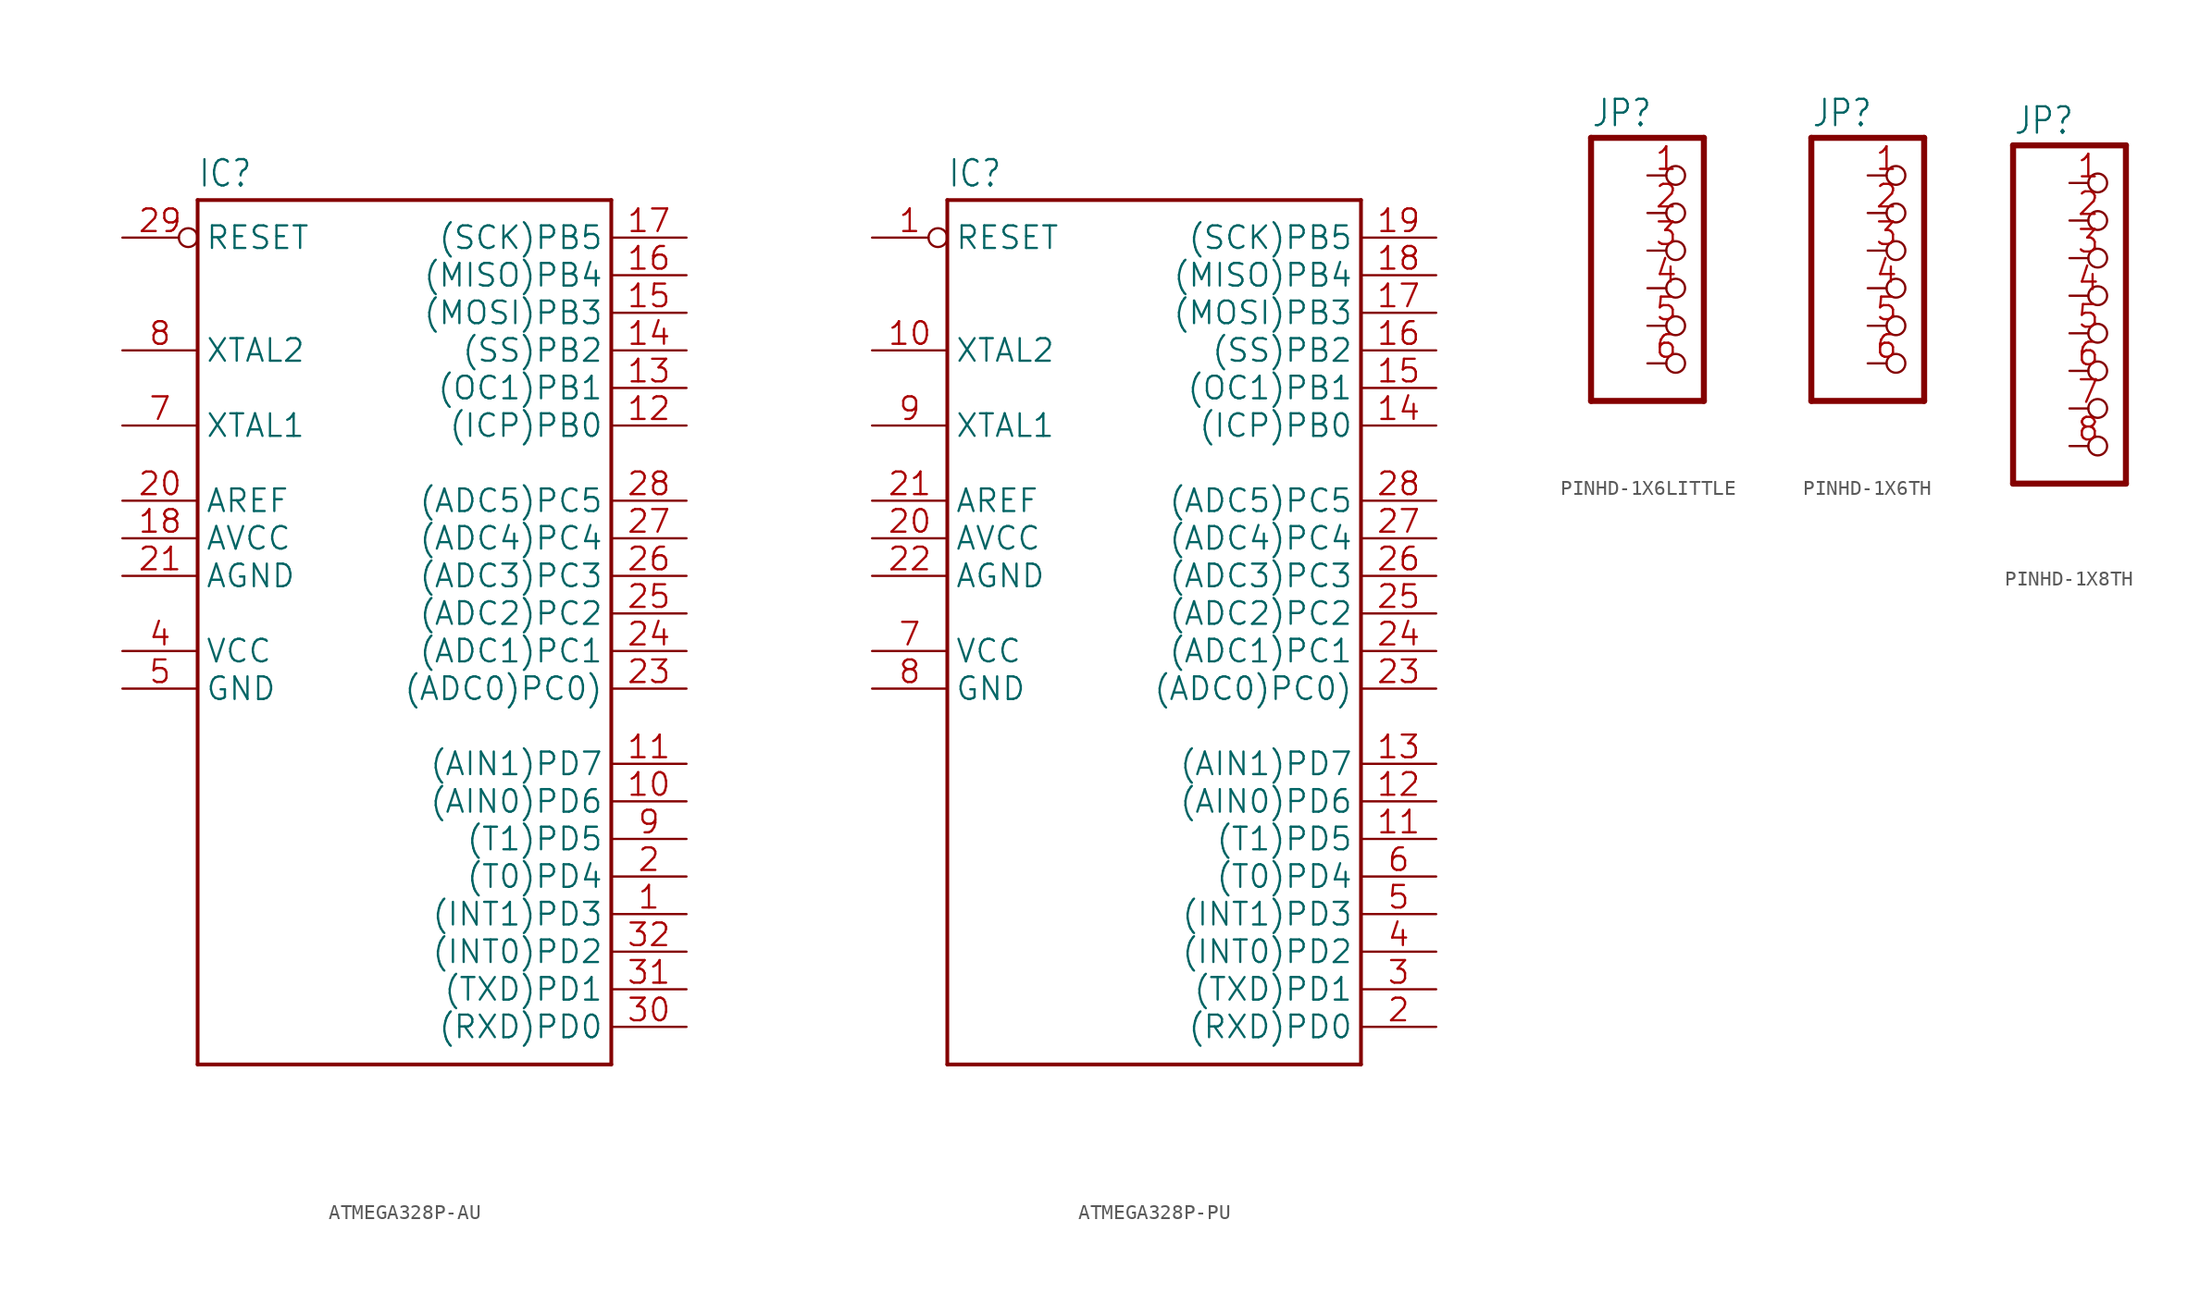
<source format=kicad_sym>
(kicad_symbol_lib
  (version 20241209)
  (generator "kicad_symbol_editor")
  (generator_version "9.0")
  (symbol "ATMEGA328P-AU"
    (property "Reference" "IC"
      (at -15.24 28.702 0)
      (effects (font (size 1.778 1.511)) (justify left bottom)))
    (property "Value" ""
      (at -15.24 -33.02 0)
      (effects (font (size 1.778 1.511)) (justify left bottom)))
    (property "ki_locked" ""
      (at 0 0 0)
      (effects (font (size 1.27 1.27))))
    (symbol "ATMEGA328P-AU_1_0"
      (polyline (pts (xy -15.24 27.94) (xy 12.7 27.94)) (stroke (width 0.254) (type solid)) (fill (type none)))
      (polyline (pts (xy -15.24 -30.48) (xy -15.24 27.94)) (stroke (width 0.254) (type solid)) (fill (type none)))
      (polyline (pts (xy 12.7 27.94) (xy 12.7 -30.48)) (stroke (width 0.254) (type solid)) (fill (type none)))
      (polyline (pts (xy 12.7 -30.48) (xy -15.24 -30.48)) (stroke (width 0.254) (type solid)) (fill (type none)))
      (pin input inverted (at -20.32 25.4 0) (length 5.08) (name "RESET" (effects (font (size 1.524 1.524)))) (number "29" (effects (font (size 1.524 1.524)))))
      (pin bidirectional line (at -20.32 17.78 0) (length 5.08) (name "XTAL2" (effects (font (size 1.524 1.524)))) (number "8" (effects (font (size 1.524 1.524)))))
      (pin bidirectional line (at -20.32 12.7 0) (length 5.08) (name "XTAL1" (effects (font (size 1.524 1.524)))) (number "7" (effects (font (size 1.524 1.524)))))
      (pin passive line (at -20.32 7.62 0) (length 5.08) (name "AREF" (effects (font (size 1.524 1.524)))) (number "20" (effects (font (size 1.524 1.524)))))
      (pin power_in line (at -20.32 5.08 0) (length 5.08) (name "AVCC" (effects (font (size 1.524 1.524)))) (number "18" (effects (font (size 1.524 1.524)))))
      (pin power_in line (at -20.32 2.54 0) (length 5.08) (name "AGND" (effects (font (size 1.524 1.524)))) (number "21" (effects (font (size 1.524 1.524)))))
      (pin power_in line (at -20.32 -2.54 0) (length 5.08) (name "VCC" (effects (font (size 1.524 1.524)))) (number "4" (effects (font (size 1.524 1.524)))))
      (pin power_in line (at -20.32 -5.08 0) (length 5.08) (name "GND" (effects (font (size 1.524 1.524)))) (number "5" (effects (font (size 1.524 1.524)))))
      (pin bidirectional line (at 17.78 25.4 180) (length 5.08) (name "(SCK)PB5" (effects (font (size 1.524 1.524)))) (number "17" (effects (font (size 1.524 1.524)))))
      (pin bidirectional line (at 17.78 22.86 180) (length 5.08) (name "(MISO)PB4" (effects (font (size 1.524 1.524)))) (number "16" (effects (font (size 1.524 1.524)))))
      (pin bidirectional line (at 17.78 20.32 180) (length 5.08) (name "(MOSI)PB3" (effects (font (size 1.524 1.524)))) (number "15" (effects (font (size 1.524 1.524)))))
      (pin bidirectional line (at 17.78 17.78 180) (length 5.08) (name "(SS)PB2" (effects (font (size 1.524 1.524)))) (number "14" (effects (font (size 1.524 1.524)))))
      (pin bidirectional line (at 17.78 15.24 180) (length 5.08) (name "(OC1)PB1" (effects (font (size 1.524 1.524)))) (number "13" (effects (font (size 1.524 1.524)))))
      (pin bidirectional line (at 17.78 12.7 180) (length 5.08) (name "(ICP)PB0" (effects (font (size 1.524 1.524)))) (number "12" (effects (font (size 1.524 1.524)))))
      (pin bidirectional line (at 17.78 7.62 180) (length 5.08) (name "(ADC5)PC5" (effects (font (size 1.524 1.524)))) (number "28" (effects (font (size 1.524 1.524)))))
      (pin bidirectional line (at 17.78 5.08 180) (length 5.08) (name "(ADC4)PC4" (effects (font (size 1.524 1.524)))) (number "27" (effects (font (size 1.524 1.524)))))
      (pin bidirectional line (at 17.78 2.54 180) (length 5.08) (name "(ADC3)PC3" (effects (font (size 1.524 1.524)))) (number "26" (effects (font (size 1.524 1.524)))))
      (pin bidirectional line (at 17.78 0 180) (length 5.08) (name "(ADC2)PC2" (effects (font (size 1.524 1.524)))) (number "25" (effects (font (size 1.524 1.524)))))
      (pin bidirectional line (at 17.78 -2.54 180) (length 5.08) (name "(ADC1)PC1" (effects (font (size 1.524 1.524)))) (number "24" (effects (font (size 1.524 1.524)))))
      (pin bidirectional line (at 17.78 -5.08 180) (length 5.08) (name "(ADC0)PC0)" (effects (font (size 1.524 1.524)))) (number "23" (effects (font (size 1.524 1.524)))))
      (pin bidirectional line (at 17.78 -10.16 180) (length 5.08) (name "(AIN1)PD7" (effects (font (size 1.524 1.524)))) (number "11" (effects (font (size 1.524 1.524)))))
      (pin bidirectional line (at 17.78 -12.7 180) (length 5.08) (name "(AIN0)PD6" (effects (font (size 1.524 1.524)))) (number "10" (effects (font (size 1.524 1.524)))))
      (pin bidirectional line (at 17.78 -15.24 180) (length 5.08) (name "(T1)PD5" (effects (font (size 1.524 1.524)))) (number "9" (effects (font (size 1.524 1.524)))))
      (pin bidirectional line (at 17.78 -17.78 180) (length 5.08) (name "(T0)PD4" (effects (font (size 1.524 1.524)))) (number "2" (effects (font (size 1.524 1.524)))))
      (pin bidirectional line (at 17.78 -20.32 180) (length 5.08) (name "(INT1)PD3" (effects (font (size 1.524 1.524)))) (number "1" (effects (font (size 1.524 1.524)))))
      (pin bidirectional line (at 17.78 -22.86 180) (length 5.08) (name "(INT0)PD2" (effects (font (size 1.524 1.524)))) (number "32" (effects (font (size 1.524 1.524)))))
      (pin bidirectional line (at 17.78 -25.4 180) (length 5.08) (name "(TXD)PD1" (effects (font (size 1.524 1.524)))) (number "31" (effects (font (size 1.524 1.524)))))
      (pin bidirectional line (at 17.78 -27.94 180) (length 5.08) (name "(RXD)PD0" (effects (font (size 1.524 1.524)))) (number "30" (effects (font (size 1.524 1.524)))))))
  (symbol "ATMEGA328P-PU"
    (property "Reference" "IC"
      (at -15.24 28.702 0)
      (effects (font (size 1.778 1.511)) (justify left bottom)))
    (property "Value" ""
      (at -15.24 -33.02 0)
      (effects (font (size 1.778 1.511)) (justify left bottom)))
    (property "ki_locked" ""
      (at 0 0 0)
      (effects (font (size 1.27 1.27))))
    (symbol "ATMEGA328P-PU_1_0"
      (polyline (pts (xy -15.24 27.94) (xy 12.7 27.94)) (stroke (width 0.254) (type solid)) (fill (type none)))
      (polyline (pts (xy -15.24 -30.48) (xy -15.24 27.94)) (stroke (width 0.254) (type solid)) (fill (type none)))
      (polyline (pts (xy 12.7 27.94) (xy 12.7 -30.48)) (stroke (width 0.254) (type solid)) (fill (type none)))
      (polyline (pts (xy 12.7 -30.48) (xy -15.24 -30.48)) (stroke (width 0.254) (type solid)) (fill (type none)))
      (pin input inverted (at -20.32 25.4 0) (length 5.08) (name "RESET" (effects (font (size 1.524 1.524)))) (number "1" (effects (font (size 1.524 1.524)))))
      (pin bidirectional line (at -20.32 17.78 0) (length 5.08) (name "XTAL2" (effects (font (size 1.524 1.524)))) (number "10" (effects (font (size 1.524 1.524)))))
      (pin bidirectional line (at -20.32 12.7 0) (length 5.08) (name "XTAL1" (effects (font (size 1.524 1.524)))) (number "9" (effects (font (size 1.524 1.524)))))
      (pin passive line (at -20.32 7.62 0) (length 5.08) (name "AREF" (effects (font (size 1.524 1.524)))) (number "21" (effects (font (size 1.524 1.524)))))
      (pin power_in line (at -20.32 5.08 0) (length 5.08) (name "AVCC" (effects (font (size 1.524 1.524)))) (number "20" (effects (font (size 1.524 1.524)))))
      (pin power_in line (at -20.32 2.54 0) (length 5.08) (name "AGND" (effects (font (size 1.524 1.524)))) (number "22" (effects (font (size 1.524 1.524)))))
      (pin power_in line (at -20.32 -2.54 0) (length 5.08) (name "VCC" (effects (font (size 1.524 1.524)))) (number "7" (effects (font (size 1.524 1.524)))))
      (pin power_in line (at -20.32 -5.08 0) (length 5.08) (name "GND" (effects (font (size 1.524 1.524)))) (number "8" (effects (font (size 1.524 1.524)))))
      (pin bidirectional line (at 17.78 25.4 180) (length 5.08) (name "(SCK)PB5" (effects (font (size 1.524 1.524)))) (number "19" (effects (font (size 1.524 1.524)))))
      (pin bidirectional line (at 17.78 22.86 180) (length 5.08) (name "(MISO)PB4" (effects (font (size 1.524 1.524)))) (number "18" (effects (font (size 1.524 1.524)))))
      (pin bidirectional line (at 17.78 20.32 180) (length 5.08) (name "(MOSI)PB3" (effects (font (size 1.524 1.524)))) (number "17" (effects (font (size 1.524 1.524)))))
      (pin bidirectional line (at 17.78 17.78 180) (length 5.08) (name "(SS)PB2" (effects (font (size 1.524 1.524)))) (number "16" (effects (font (size 1.524 1.524)))))
      (pin bidirectional line (at 17.78 15.24 180) (length 5.08) (name "(OC1)PB1" (effects (font (size 1.524 1.524)))) (number "15" (effects (font (size 1.524 1.524)))))
      (pin bidirectional line (at 17.78 12.7 180) (length 5.08) (name "(ICP)PB0" (effects (font (size 1.524 1.524)))) (number "14" (effects (font (size 1.524 1.524)))))
      (pin bidirectional line (at 17.78 7.62 180) (length 5.08) (name "(ADC5)PC5" (effects (font (size 1.524 1.524)))) (number "28" (effects (font (size 1.524 1.524)))))
      (pin bidirectional line (at 17.78 5.08 180) (length 5.08) (name "(ADC4)PC4" (effects (font (size 1.524 1.524)))) (number "27" (effects (font (size 1.524 1.524)))))
      (pin bidirectional line (at 17.78 2.54 180) (length 5.08) (name "(ADC3)PC3" (effects (font (size 1.524 1.524)))) (number "26" (effects (font (size 1.524 1.524)))))
      (pin bidirectional line (at 17.78 0 180) (length 5.08) (name "(ADC2)PC2" (effects (font (size 1.524 1.524)))) (number "25" (effects (font (size 1.524 1.524)))))
      (pin bidirectional line (at 17.78 -2.54 180) (length 5.08) (name "(ADC1)PC1" (effects (font (size 1.524 1.524)))) (number "24" (effects (font (size 1.524 1.524)))))
      (pin bidirectional line (at 17.78 -5.08 180) (length 5.08) (name "(ADC0)PC0)" (effects (font (size 1.524 1.524)))) (number "23" (effects (font (size 1.524 1.524)))))
      (pin bidirectional line (at 17.78 -10.16 180) (length 5.08) (name "(AIN1)PD7" (effects (font (size 1.524 1.524)))) (number "13" (effects (font (size 1.524 1.524)))))
      (pin bidirectional line (at 17.78 -12.7 180) (length 5.08) (name "(AIN0)PD6" (effects (font (size 1.524 1.524)))) (number "12" (effects (font (size 1.524 1.524)))))
      (pin bidirectional line (at 17.78 -15.24 180) (length 5.08) (name "(T1)PD5" (effects (font (size 1.524 1.524)))) (number "11" (effects (font (size 1.524 1.524)))))
      (pin bidirectional line (at 17.78 -17.78 180) (length 5.08) (name "(T0)PD4" (effects (font (size 1.524 1.524)))) (number "6" (effects (font (size 1.524 1.524)))))
      (pin bidirectional line (at 17.78 -20.32 180) (length 5.08) (name "(INT1)PD3" (effects (font (size 1.524 1.524)))) (number "5" (effects (font (size 1.524 1.524)))))
      (pin bidirectional line (at 17.78 -22.86 180) (length 5.08) (name "(INT0)PD2" (effects (font (size 1.524 1.524)))) (number "4" (effects (font (size 1.524 1.524)))))
      (pin bidirectional line (at 17.78 -25.4 180) (length 5.08) (name "(TXD)PD1" (effects (font (size 1.524 1.524)))) (number "3" (effects (font (size 1.524 1.524)))))
      (pin bidirectional line (at 17.78 -27.94 180) (length 5.08) (name "(RXD)PD0" (effects (font (size 1.524 1.524)))) (number "2" (effects (font (size 1.524 1.524)))))))
  (symbol "PINHD-1X6LITTLE"
    (property "Reference" "JP"
      (at -6.35 10.795 0)
      (effects (font (size 1.778 1.511)) (justify left bottom)))
    (property "Value" ""
      (at -6.35 -10.16 0)
      (effects (font (size 1.778 1.511)) (justify left bottom)))
    (property "ki_locked" ""
      (at 0 0 0)
      (effects (font (size 1.27 1.27))))
    (symbol "PINHD-1X6LITTLE_1_0"
      (polyline (pts (xy -6.35 10.16) (xy -6.35 -7.62)) (stroke (width 0.406) (type solid)) (fill (type none)))
      (polyline (pts (xy -6.35 -7.62) (xy 1.27 -7.62)) (stroke (width 0.406) (type solid)) (fill (type none)))
      (polyline (pts (xy 1.27 10.16) (xy -6.35 10.16)) (stroke (width 0.406) (type solid)) (fill (type none)))
      (polyline (pts (xy 1.27 -7.62) (xy 1.27 10.16)) (stroke (width 0.406) (type solid)) (fill (type none)))
      (pin passive inverted (at -2.54 7.62 0) (length 2.54) (name "1" (effects (font (size 0 0)))) (number "1" (effects (font (size 1.524 1.524)))))
      (pin passive inverted (at -2.54 5.08 0) (length 2.54) (name "2" (effects (font (size 0 0)))) (number "2" (effects (font (size 1.524 1.524)))))
      (pin passive inverted (at -2.54 2.54 0) (length 2.54) (name "3" (effects (font (size 0 0)))) (number "3" (effects (font (size 1.524 1.524)))))
      (pin passive inverted (at -2.54 0 0) (length 2.54) (name "4" (effects (font (size 0 0)))) (number "4" (effects (font (size 1.524 1.524)))))
      (pin passive inverted (at -2.54 -2.54 0) (length 2.54) (name "5" (effects (font (size 0 0)))) (number "5" (effects (font (size 1.524 1.524)))))
      (pin passive inverted (at -2.54 -5.08 0) (length 2.54) (name "6" (effects (font (size 0 0)))) (number "6" (effects (font (size 1.524 1.524)))))))
  (symbol "PINHD-1X6TH"
    (property "Reference" "JP"
      (at -6.35 10.795 0)
      (effects (font (size 1.778 1.511)) (justify left bottom)))
    (property "Value" ""
      (at -6.35 -10.16 0)
      (effects (font (size 1.778 1.511)) (justify left bottom)))
    (property "ki_locked" ""
      (at 0 0 0)
      (effects (font (size 1.27 1.27))))
    (symbol "PINHD-1X6TH_1_0"
      (polyline (pts (xy -6.35 10.16) (xy -6.35 -7.62)) (stroke (width 0.406) (type solid)) (fill (type none)))
      (polyline (pts (xy -6.35 -7.62) (xy 1.27 -7.62)) (stroke (width 0.406) (type solid)) (fill (type none)))
      (polyline (pts (xy 1.27 10.16) (xy -6.35 10.16)) (stroke (width 0.406) (type solid)) (fill (type none)))
      (polyline (pts (xy 1.27 -7.62) (xy 1.27 10.16)) (stroke (width 0.406) (type solid)) (fill (type none)))
      (pin passive inverted (at -2.54 7.62 0) (length 2.54) (name "1" (effects (font (size 0 0)))) (number "1" (effects (font (size 1.524 1.524)))))
      (pin passive inverted (at -2.54 5.08 0) (length 2.54) (name "2" (effects (font (size 0 0)))) (number "2" (effects (font (size 1.524 1.524)))))
      (pin passive inverted (at -2.54 2.54 0) (length 2.54) (name "3" (effects (font (size 0 0)))) (number "3" (effects (font (size 1.524 1.524)))))
      (pin passive inverted (at -2.54 0 0) (length 2.54) (name "4" (effects (font (size 0 0)))) (number "4" (effects (font (size 1.524 1.524)))))
      (pin passive inverted (at -2.54 -2.54 0) (length 2.54) (name "5" (effects (font (size 0 0)))) (number "5" (effects (font (size 1.524 1.524)))))
      (pin passive inverted (at -2.54 -5.08 0) (length 2.54) (name "6" (effects (font (size 0 0)))) (number "6" (effects (font (size 1.524 1.524)))))))
  (symbol "PINHD-1X8TH"
    (property "Reference" "JP"
      (at -6.35 13.335 0)
      (effects (font (size 1.778 1.511)) (justify left bottom)))
    (property "Value" ""
      (at -6.35 -12.7 0)
      (effects (font (size 1.778 1.511)) (justify left bottom)))
    (property "ki_locked" ""
      (at 0 0 0)
      (effects (font (size 1.27 1.27))))
    (symbol "PINHD-1X8TH_1_0"
      (polyline (pts (xy -6.35 12.7) (xy -6.35 -10.16)) (stroke (width 0.406) (type solid)) (fill (type none)))
      (polyline (pts (xy -6.35 -10.16) (xy 1.27 -10.16)) (stroke (width 0.406) (type solid)) (fill (type none)))
      (polyline (pts (xy 1.27 12.7) (xy -6.35 12.7)) (stroke (width 0.406) (type solid)) (fill (type none)))
      (polyline (pts (xy 1.27 -10.16) (xy 1.27 12.7)) (stroke (width 0.406) (type solid)) (fill (type none)))
      (pin passive inverted (at -2.54 10.16 0) (length 2.54) (name "1" (effects (font (size 0 0)))) (number "1" (effects (font (size 1.524 1.524)))))
      (pin passive inverted (at -2.54 7.62 0) (length 2.54) (name "2" (effects (font (size 0 0)))) (number "2" (effects (font (size 1.524 1.524)))))
      (pin passive inverted (at -2.54 5.08 0) (length 2.54) (name "3" (effects (font (size 0 0)))) (number "3" (effects (font (size 1.524 1.524)))))
      (pin passive inverted (at -2.54 2.54 0) (length 2.54) (name "4" (effects (font (size 0 0)))) (number "4" (effects (font (size 1.524 1.524)))))
      (pin passive inverted (at -2.54 0 0) (length 2.54) (name "5" (effects (font (size 0 0)))) (number "5" (effects (font (size 1.524 1.524)))))
      (pin passive inverted (at -2.54 -2.54 0) (length 2.54) (name "6" (effects (font (size 0 0)))) (number "6" (effects (font (size 1.524 1.524)))))
      (pin passive inverted (at -2.54 -5.08 0) (length 2.54) (name "7" (effects (font (size 0 0)))) (number "7" (effects (font (size 1.524 1.524)))))
      (pin passive inverted (at -2.54 -7.62 0) (length 2.54) (name "8" (effects (font (size 0 0)))) (number "8" (effects (font (size 1.524 1.524))))))))
</source>
